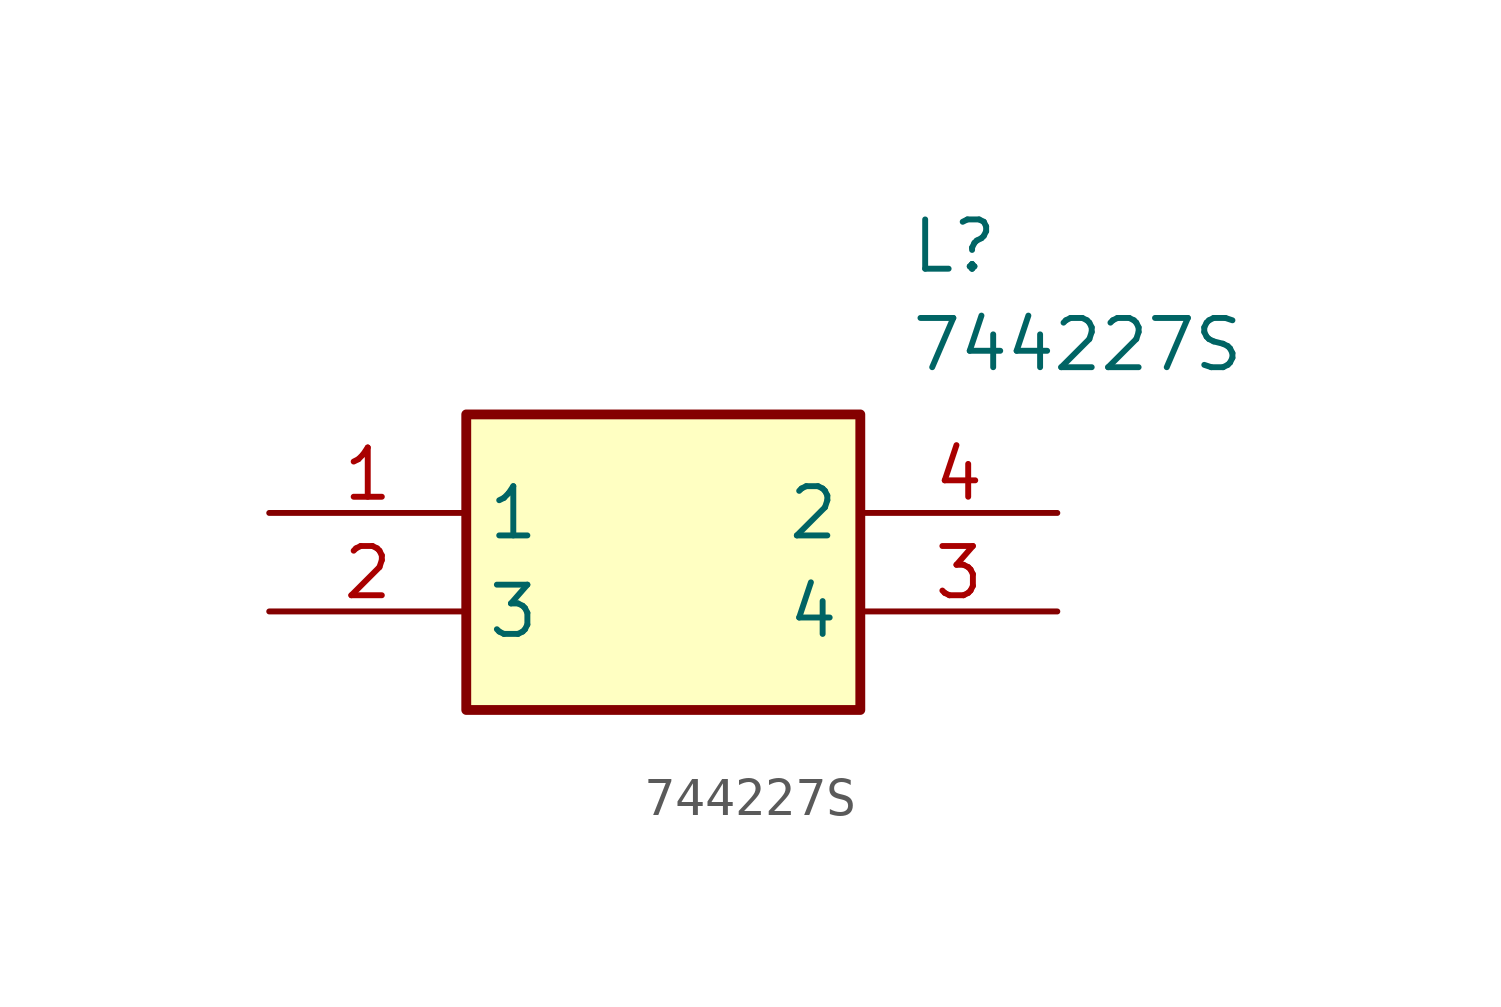
<source format=kicad_sym>
(kicad_symbol_lib
  (version 20211014)
  (generator SamacSys_ECAD_Model)
  (symbol "744227S"
    (property "Reference" "L"
      (at 16.51 7.62 0)
      (effects (font (size 1.27 1.27)) (justify left top)))
    (property "Value" "744227S"
      (at 16.51 5.08 0)
      (effects (font (size 1.27 1.27)) (justify left top)))
    (rectangle
      (start 5.08 2.54)
      (end 15.24 -5.08)
      (stroke (width 0.254) (type default))
      (fill (type background)))
    (pin passive line
      (at 0 0 0)
      (length 5.08)
      (name "1" (effects (font (size 1.27 1.27))))
      (number "1" (effects (font (size 1.27 1.27)))))
    (pin passive line
      (at 0 -2.54 0)
      (length 5.08)
      (name "3" (effects (font (size 1.27 1.27))))
      (number "2" (effects (font (size 1.27 1.27)))))
    (pin passive line
      (at 20.32 -2.54 180)
      (length 5.08)
      (name "4" (effects (font (size 1.27 1.27))))
      (number "3" (effects (font (size 1.27 1.27)))))
    (pin passive line
      (at 20.32 0 180)
      (length 5.08)
      (name "2" (effects (font (size 1.27 1.27))))
      (number "4" (effects (font (size 1.27 1.27)))))))
</source>
